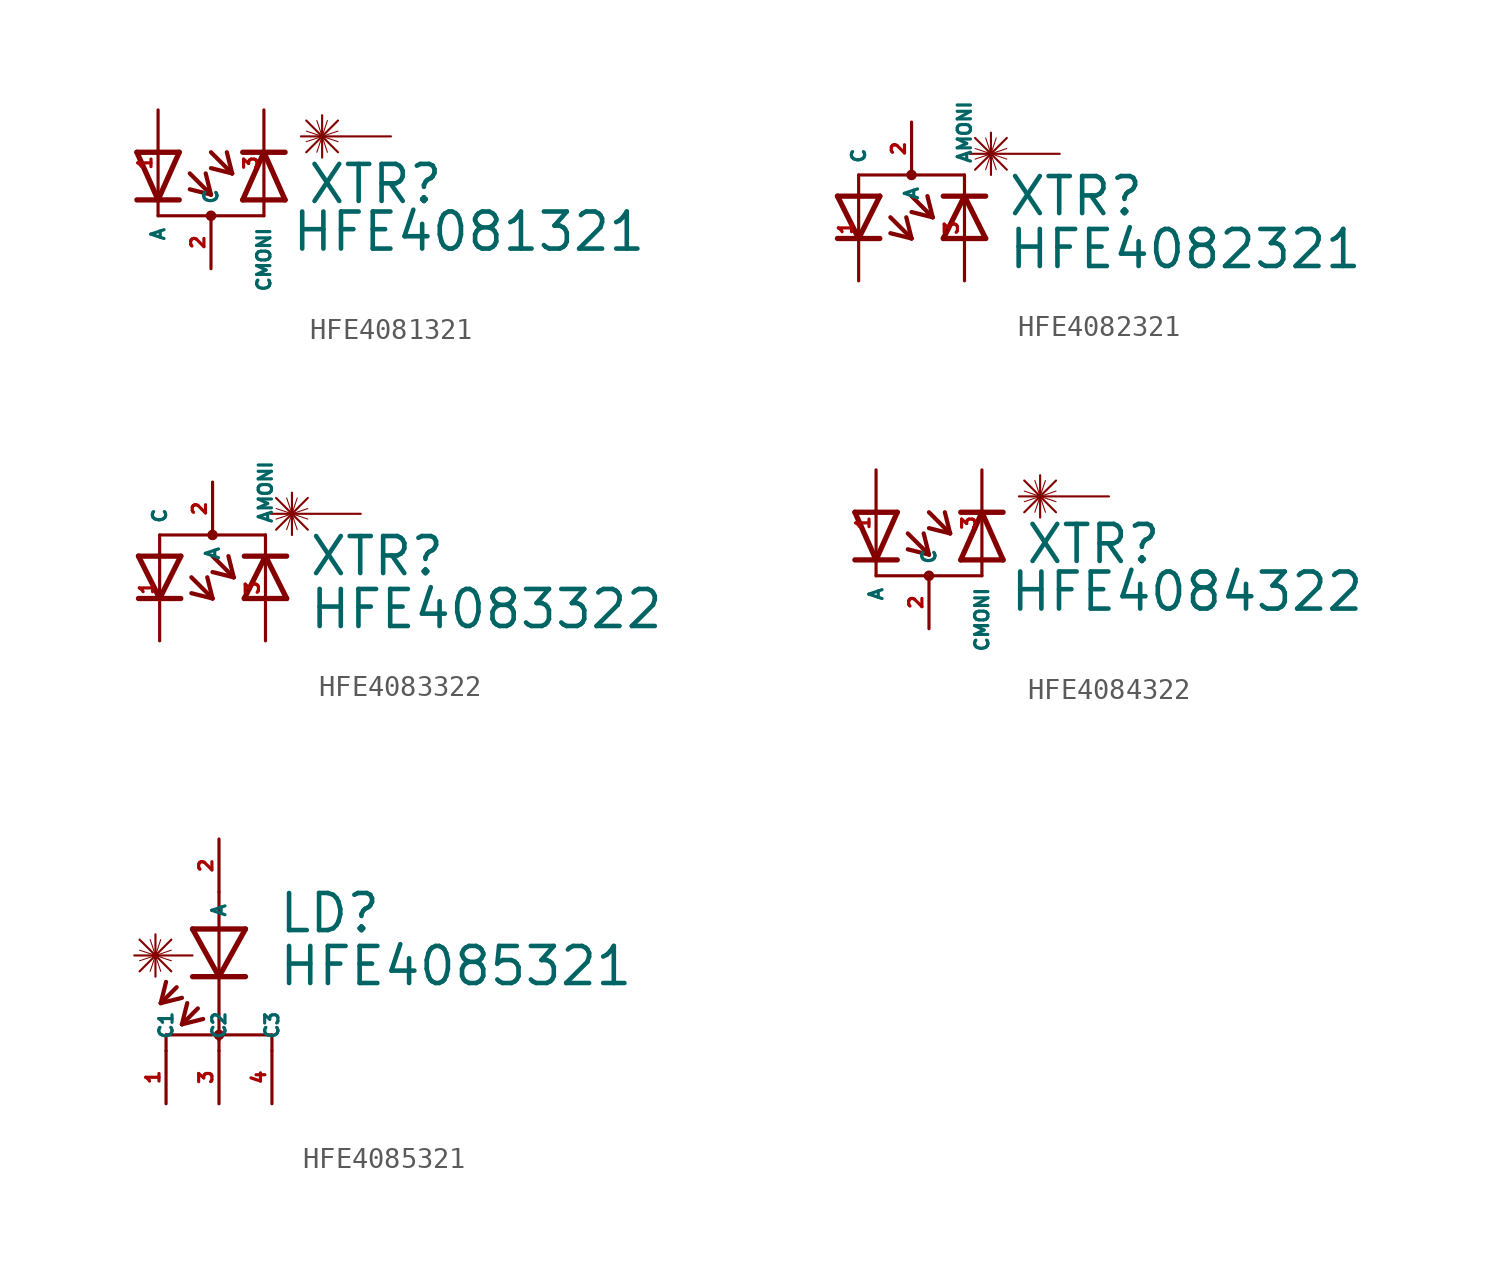
<source format=kicad_sym>
(kicad_symbol_lib
  (version 20220914)
  (generator Eagle2Kicad)
  (symbol "HFE4081321"
    (property "Reference" "XTR"
      (at 4.572 -2.057 0)
      (effects (font (size 1.778 1.778) (thickness 0.22)) (justify left bottom)))
    (property "Value" "HFE4081321"
      (at 3.81 -4.343 0)
      (effects (font (size 1.778 1.778) (thickness 0.22)) (justify left bottom)))
    (polyline
      (pts (xy -3.556 0.508) (xy -2.54 -1.778))
      (stroke (width 0.254) (type default))
      (fill (type none)))
    (polyline
      (pts (xy -2.54 -1.778) (xy -1.524 0.508))
      (stroke (width 0.254) (type default))
      (fill (type none)))
    (polyline
      (pts (xy -1.524 -1.778) (xy -2.54 -1.778))
      (stroke (width 0.254) (type default))
      (fill (type none)))
    (polyline
      (pts (xy -1.524 0.508) (xy -3.556 0.508))
      (stroke (width 0.254) (type default))
      (fill (type none)))
    (polyline
      (pts (xy -2.54 -1.778) (xy -3.556 -1.778))
      (stroke (width 0.254) (type default))
      (fill (type none)))
    (polyline
      (pts (xy 0 0.508) (xy 1.016 -0.508))
      (stroke (width 0.203) (type default))
      (fill (type none)))
    (polyline
      (pts (xy 1.016 -0.508) (xy 0 -0.254))
      (stroke (width 0.203) (type default))
      (fill (type none)))
    (polyline
      (pts (xy 1.016 -0.508) (xy 0.762 0.508))
      (stroke (width 0.203) (type default))
      (fill (type none)))
    (polyline
      (pts (xy -1.016 -0.508) (xy 0 -1.524))
      (stroke (width 0.203) (type default))
      (fill (type none)))
    (polyline
      (pts (xy 0 -1.524) (xy -1.016 -1.27))
      (stroke (width 0.203) (type default))
      (fill (type none)))
    (polyline
      (pts (xy 0 -1.524) (xy -0.254 -0.508))
      (stroke (width 0.203) (type default))
      (fill (type none)))
    (polyline
      (pts (xy 8.636 1.27) (xy 4.318 1.27))
      (stroke (width 0.102) (type default))
      (fill (type none)))
    (polyline
      (pts (xy 5.334 2.286) (xy 5.334 0.254))
      (stroke (width 0.102) (type default))
      (fill (type none)))
    (polyline
      (pts (xy 6.096 2.032) (xy 4.572 0.508))
      (stroke (width 0.102) (type default))
      (fill (type none)))
    (polyline
      (pts (xy 4.572 2.032) (xy 6.096 0.508))
      (stroke (width 0.102) (type default))
      (fill (type none)))
    (polyline
      (pts (xy 5.08 2.032) (xy 5.588 0.508))
      (stroke (width 0.051) (type default))
      (fill (type none)))
    (polyline
      (pts (xy 5.588 2.032) (xy 5.08 0.508))
      (stroke (width 0.051) (type default))
      (fill (type none)))
    (polyline
      (pts (xy 4.572 1.524) (xy 6.096 1.016))
      (stroke (width 0.051) (type default))
      (fill (type none)))
    (polyline
      (pts (xy 6.096 1.524) (xy 4.572 1.016))
      (stroke (width 0.051) (type default))
      (fill (type none)))
    (polyline
      (pts (xy 1.524 -1.778) (xy 3.556 -1.778))
      (stroke (width 0.254) (type default))
      (fill (type none)))
    (polyline
      (pts (xy 2.54 0.508) (xy 1.524 -1.778))
      (stroke (width 0.254) (type default))
      (fill (type none)))
    (polyline
      (pts (xy 3.556 -1.778) (xy 2.54 0.508))
      (stroke (width 0.254) (type default))
      (fill (type none)))
    (polyline
      (pts (xy 1.524 0.508) (xy 2.54 0.508))
      (stroke (width 0.254) (type default))
      (fill (type none)))
    (polyline
      (pts (xy 2.54 0.508) (xy 3.556 0.508))
      (stroke (width 0.254) (type default))
      (fill (type none)))
    (polyline
      (pts (xy 2.54 -2.54) (xy -2.54 -2.54))
      (stroke (width 0.152) (type default))
      (fill (type none)))
    (circle
      (center 0 -2.54)
      (radius 0.127)
      (stroke (width 0.254) (type default))
      (fill (type none)))
    (pin passive line
      (at -2.54 2.54 270)
      (length 5.08)
      (name "A" (effects (font (size 0.635 0.635) (thickness 0.08)) (justify left bottom)))
      (number "1" (effects (font (size 0.635 0.635) (thickness 0.08)) (justify left bottom))))
    (pin passive line
      (at 0 -5.08 90)
      (length 2.54)
      (name "C" (effects (font (size 0.635 0.635) (thickness 0.08)) (justify left bottom)))
      (number "2" (effects (font (size 0.635 0.635) (thickness 0.08)) (justify left bottom))))
    (pin passive line
      (at 2.54 2.54 270)
      (length 5.08)
      (name "CMONI" (effects (font (size 0.635 0.635) (thickness 0.08)) (justify left bottom)))
      (number "3" (effects (font (size 0.635 0.635) (thickness 0.08)) (justify left bottom)))))
  (symbol "HFE4082321"
    (property "Reference" "XTR"
      (at 4.572 0.483 0)
      (effects (font (size 1.778 1.778) (thickness 0.22)) (justify left bottom)))
    (property "Value" "HFE4082321"
      (at 4.572 -2.057 0)
      (effects (font (size 1.778 1.778) (thickness 0.22)) (justify left bottom)))
    (polyline
      (pts (xy -3.556 1.524) (xy -2.54 -0.508))
      (stroke (width 0.254) (type default))
      (fill (type none)))
    (polyline
      (pts (xy -2.54 -0.508) (xy -1.524 1.524))
      (stroke (width 0.254) (type default))
      (fill (type none)))
    (polyline
      (pts (xy -1.524 -0.508) (xy -2.54 -0.508))
      (stroke (width 0.254) (type default))
      (fill (type none)))
    (polyline
      (pts (xy -1.524 1.524) (xy -3.556 1.524))
      (stroke (width 0.254) (type default))
      (fill (type none)))
    (polyline
      (pts (xy -2.54 -0.508) (xy -3.556 -0.508))
      (stroke (width 0.254) (type default))
      (fill (type none)))
    (polyline
      (pts (xy 0 1.524) (xy 1.016 0.508))
      (stroke (width 0.203) (type default))
      (fill (type none)))
    (polyline
      (pts (xy 1.016 0.508) (xy 0 0.762))
      (stroke (width 0.203) (type default))
      (fill (type none)))
    (polyline
      (pts (xy 1.016 0.508) (xy 0.762 1.524))
      (stroke (width 0.203) (type default))
      (fill (type none)))
    (polyline
      (pts (xy -1.016 0.508) (xy 0 -0.508))
      (stroke (width 0.203) (type default))
      (fill (type none)))
    (polyline
      (pts (xy 0 -0.508) (xy -1.016 -0.254))
      (stroke (width 0.203) (type default))
      (fill (type none)))
    (polyline
      (pts (xy 0 -0.508) (xy -0.254 0.508))
      (stroke (width 0.203) (type default))
      (fill (type none)))
    (polyline
      (pts (xy 7.112 3.556) (xy 2.794 3.556))
      (stroke (width 0.102) (type default))
      (fill (type none)))
    (polyline
      (pts (xy 3.81 4.572) (xy 3.81 2.54))
      (stroke (width 0.102) (type default))
      (fill (type none)))
    (polyline
      (pts (xy 4.572 4.318) (xy 3.048 2.794))
      (stroke (width 0.102) (type default))
      (fill (type none)))
    (polyline
      (pts (xy 3.048 4.318) (xy 4.572 2.794))
      (stroke (width 0.102) (type default))
      (fill (type none)))
    (polyline
      (pts (xy 3.556 4.318) (xy 4.064 2.794))
      (stroke (width 0.051) (type default))
      (fill (type none)))
    (polyline
      (pts (xy 4.064 4.318) (xy 3.556 2.794))
      (stroke (width 0.051) (type default))
      (fill (type none)))
    (polyline
      (pts (xy 3.048 3.81) (xy 4.572 3.302))
      (stroke (width 0.051) (type default))
      (fill (type none)))
    (polyline
      (pts (xy 4.572 3.81) (xy 3.048 3.302))
      (stroke (width 0.051) (type default))
      (fill (type none)))
    (polyline
      (pts (xy 1.524 -0.508) (xy 3.556 -0.508))
      (stroke (width 0.254) (type default))
      (fill (type none)))
    (polyline
      (pts (xy 2.54 1.524) (xy 1.524 -0.508))
      (stroke (width 0.254) (type default))
      (fill (type none)))
    (polyline
      (pts (xy 3.556 -0.508) (xy 2.54 1.524))
      (stroke (width 0.254) (type default))
      (fill (type none)))
    (polyline
      (pts (xy 1.524 1.524) (xy 2.54 1.524))
      (stroke (width 0.254) (type default))
      (fill (type none)))
    (polyline
      (pts (xy 2.54 1.524) (xy 3.556 1.524))
      (stroke (width 0.254) (type default))
      (fill (type none)))
    (polyline
      (pts (xy 2.54 2.54) (xy -2.54 2.54))
      (stroke (width 0.152) (type default))
      (fill (type none)))
    (circle
      (center 0 2.54)
      (radius 0.127)
      (stroke (width 0.254) (type default))
      (fill (type none)))
    (pin passive line
      (at 0 5.08 270)
      (length 2.54)
      (name "A" (effects (font (size 0.635 0.635) (thickness 0.08)) (justify left bottom)))
      (number "2" (effects (font (size 0.635 0.635) (thickness 0.08)) (justify left bottom))))
    (pin passive line
      (at -2.54 -2.54 90)
      (length 5.08)
      (name "C" (effects (font (size 0.635 0.635) (thickness 0.08)) (justify left bottom)))
      (number "1" (effects (font (size 0.635 0.635) (thickness 0.08)) (justify left bottom))))
    (pin passive line
      (at 2.54 -2.54 90)
      (length 5.08)
      (name "AMONI" (effects (font (size 0.635 0.635) (thickness 0.08)) (justify left bottom)))
      (number "3" (effects (font (size 0.635 0.635) (thickness 0.08)) (justify left bottom)))))
  (symbol "HFE4083322"
    (property "Reference" "XTR"
      (at 4.572 0.483 0)
      (effects (font (size 1.778 1.778) (thickness 0.22)) (justify left bottom)))
    (property "Value" "HFE4083322"
      (at 4.572 -2.057 0)
      (effects (font (size 1.778 1.778) (thickness 0.22)) (justify left bottom)))
    (polyline
      (pts (xy -3.556 1.524) (xy -2.54 -0.508))
      (stroke (width 0.254) (type default))
      (fill (type none)))
    (polyline
      (pts (xy -2.54 -0.508) (xy -1.524 1.524))
      (stroke (width 0.254) (type default))
      (fill (type none)))
    (polyline
      (pts (xy -1.524 -0.508) (xy -2.54 -0.508))
      (stroke (width 0.254) (type default))
      (fill (type none)))
    (polyline
      (pts (xy -1.524 1.524) (xy -3.556 1.524))
      (stroke (width 0.254) (type default))
      (fill (type none)))
    (polyline
      (pts (xy -2.54 -0.508) (xy -3.556 -0.508))
      (stroke (width 0.254) (type default))
      (fill (type none)))
    (polyline
      (pts (xy 0 1.524) (xy 1.016 0.508))
      (stroke (width 0.203) (type default))
      (fill (type none)))
    (polyline
      (pts (xy 1.016 0.508) (xy 0 0.762))
      (stroke (width 0.203) (type default))
      (fill (type none)))
    (polyline
      (pts (xy 1.016 0.508) (xy 0.762 1.524))
      (stroke (width 0.203) (type default))
      (fill (type none)))
    (polyline
      (pts (xy -1.016 0.508) (xy 0 -0.508))
      (stroke (width 0.203) (type default))
      (fill (type none)))
    (polyline
      (pts (xy 0 -0.508) (xy -1.016 -0.254))
      (stroke (width 0.203) (type default))
      (fill (type none)))
    (polyline
      (pts (xy 0 -0.508) (xy -0.254 0.508))
      (stroke (width 0.203) (type default))
      (fill (type none)))
    (polyline
      (pts (xy 7.112 3.556) (xy 2.794 3.556))
      (stroke (width 0.102) (type default))
      (fill (type none)))
    (polyline
      (pts (xy 3.81 4.572) (xy 3.81 2.54))
      (stroke (width 0.102) (type default))
      (fill (type none)))
    (polyline
      (pts (xy 4.572 4.318) (xy 3.048 2.794))
      (stroke (width 0.102) (type default))
      (fill (type none)))
    (polyline
      (pts (xy 3.048 4.318) (xy 4.572 2.794))
      (stroke (width 0.102) (type default))
      (fill (type none)))
    (polyline
      (pts (xy 3.556 4.318) (xy 4.064 2.794))
      (stroke (width 0.051) (type default))
      (fill (type none)))
    (polyline
      (pts (xy 4.064 4.318) (xy 3.556 2.794))
      (stroke (width 0.051) (type default))
      (fill (type none)))
    (polyline
      (pts (xy 3.048 3.81) (xy 4.572 3.302))
      (stroke (width 0.051) (type default))
      (fill (type none)))
    (polyline
      (pts (xy 4.572 3.81) (xy 3.048 3.302))
      (stroke (width 0.051) (type default))
      (fill (type none)))
    (polyline
      (pts (xy 1.524 -0.508) (xy 3.556 -0.508))
      (stroke (width 0.254) (type default))
      (fill (type none)))
    (polyline
      (pts (xy 2.54 1.524) (xy 1.524 -0.508))
      (stroke (width 0.254) (type default))
      (fill (type none)))
    (polyline
      (pts (xy 3.556 -0.508) (xy 2.54 1.524))
      (stroke (width 0.254) (type default))
      (fill (type none)))
    (polyline
      (pts (xy 1.524 1.524) (xy 2.54 1.524))
      (stroke (width 0.254) (type default))
      (fill (type none)))
    (polyline
      (pts (xy 2.54 1.524) (xy 3.556 1.524))
      (stroke (width 0.254) (type default))
      (fill (type none)))
    (polyline
      (pts (xy 2.54 2.54) (xy -2.54 2.54))
      (stroke (width 0.152) (type default))
      (fill (type none)))
    (circle
      (center 0 2.54)
      (radius 0.127)
      (stroke (width 0.254) (type default))
      (fill (type none)))
    (pin passive line
      (at 0 5.08 270)
      (length 2.54)
      (name "A" (effects (font (size 0.635 0.635) (thickness 0.08)) (justify left bottom)))
      (number "2" (effects (font (size 0.635 0.635) (thickness 0.08)) (justify left bottom))))
    (pin passive line
      (at -2.54 -2.54 90)
      (length 5.08)
      (name "C" (effects (font (size 0.635 0.635) (thickness 0.08)) (justify left bottom)))
      (number "1" (effects (font (size 0.635 0.635) (thickness 0.08)) (justify left bottom))))
    (pin passive line
      (at 2.54 -2.54 90)
      (length 5.08)
      (name "AMONI" (effects (font (size 0.635 0.635) (thickness 0.08)) (justify left bottom)))
      (number "3" (effects (font (size 0.635 0.635) (thickness 0.08)) (justify left bottom)))))
  (symbol "HFE4084322"
    (property "Reference" "XTR"
      (at 4.572 -2.057 0)
      (effects (font (size 1.778 1.778) (thickness 0.22)) (justify left bottom)))
    (property "Value" "HFE4084322"
      (at 3.81 -4.343 0)
      (effects (font (size 1.778 1.778) (thickness 0.22)) (justify left bottom)))
    (polyline
      (pts (xy -3.556 0.508) (xy -2.54 -1.778))
      (stroke (width 0.254) (type default))
      (fill (type none)))
    (polyline
      (pts (xy -2.54 -1.778) (xy -1.524 0.508))
      (stroke (width 0.254) (type default))
      (fill (type none)))
    (polyline
      (pts (xy -1.524 -1.778) (xy -2.54 -1.778))
      (stroke (width 0.254) (type default))
      (fill (type none)))
    (polyline
      (pts (xy -1.524 0.508) (xy -3.556 0.508))
      (stroke (width 0.254) (type default))
      (fill (type none)))
    (polyline
      (pts (xy -2.54 -1.778) (xy -3.556 -1.778))
      (stroke (width 0.254) (type default))
      (fill (type none)))
    (polyline
      (pts (xy 0 0.508) (xy 1.016 -0.508))
      (stroke (width 0.203) (type default))
      (fill (type none)))
    (polyline
      (pts (xy 1.016 -0.508) (xy 0 -0.254))
      (stroke (width 0.203) (type default))
      (fill (type none)))
    (polyline
      (pts (xy 1.016 -0.508) (xy 0.762 0.508))
      (stroke (width 0.203) (type default))
      (fill (type none)))
    (polyline
      (pts (xy -1.016 -0.508) (xy 0 -1.524))
      (stroke (width 0.203) (type default))
      (fill (type none)))
    (polyline
      (pts (xy 0 -1.524) (xy -1.016 -1.27))
      (stroke (width 0.203) (type default))
      (fill (type none)))
    (polyline
      (pts (xy 0 -1.524) (xy -0.254 -0.508))
      (stroke (width 0.203) (type default))
      (fill (type none)))
    (polyline
      (pts (xy 8.636 1.27) (xy 4.318 1.27))
      (stroke (width 0.102) (type default))
      (fill (type none)))
    (polyline
      (pts (xy 5.334 2.286) (xy 5.334 0.254))
      (stroke (width 0.102) (type default))
      (fill (type none)))
    (polyline
      (pts (xy 6.096 2.032) (xy 4.572 0.508))
      (stroke (width 0.102) (type default))
      (fill (type none)))
    (polyline
      (pts (xy 4.572 2.032) (xy 6.096 0.508))
      (stroke (width 0.102) (type default))
      (fill (type none)))
    (polyline
      (pts (xy 5.08 2.032) (xy 5.588 0.508))
      (stroke (width 0.051) (type default))
      (fill (type none)))
    (polyline
      (pts (xy 5.588 2.032) (xy 5.08 0.508))
      (stroke (width 0.051) (type default))
      (fill (type none)))
    (polyline
      (pts (xy 4.572 1.524) (xy 6.096 1.016))
      (stroke (width 0.051) (type default))
      (fill (type none)))
    (polyline
      (pts (xy 6.096 1.524) (xy 4.572 1.016))
      (stroke (width 0.051) (type default))
      (fill (type none)))
    (polyline
      (pts (xy 1.524 -1.778) (xy 3.556 -1.778))
      (stroke (width 0.254) (type default))
      (fill (type none)))
    (polyline
      (pts (xy 2.54 0.508) (xy 1.524 -1.778))
      (stroke (width 0.254) (type default))
      (fill (type none)))
    (polyline
      (pts (xy 3.556 -1.778) (xy 2.54 0.508))
      (stroke (width 0.254) (type default))
      (fill (type none)))
    (polyline
      (pts (xy 1.524 0.508) (xy 2.54 0.508))
      (stroke (width 0.254) (type default))
      (fill (type none)))
    (polyline
      (pts (xy 2.54 0.508) (xy 3.556 0.508))
      (stroke (width 0.254) (type default))
      (fill (type none)))
    (polyline
      (pts (xy 2.54 -2.54) (xy -2.54 -2.54))
      (stroke (width 0.152) (type default))
      (fill (type none)))
    (circle
      (center 0 -2.54)
      (radius 0.127)
      (stroke (width 0.254) (type default))
      (fill (type none)))
    (pin passive line
      (at -2.54 2.54 270)
      (length 5.08)
      (name "A" (effects (font (size 0.635 0.635) (thickness 0.08)) (justify left bottom)))
      (number "1" (effects (font (size 0.635 0.635) (thickness 0.08)) (justify left bottom))))
    (pin passive line
      (at 0 -5.08 90)
      (length 2.54)
      (name "C" (effects (font (size 0.635 0.635) (thickness 0.08)) (justify left bottom)))
      (number "2" (effects (font (size 0.635 0.635) (thickness 0.08)) (justify left bottom))))
    (pin passive line
      (at 2.54 2.54 270)
      (length 5.08)
      (name "CMONI" (effects (font (size 0.635 0.635) (thickness 0.08)) (justify left bottom)))
      (number "3" (effects (font (size 0.635 0.635) (thickness 0.08)) (justify left bottom)))))
  (symbol "HFE4085321"
    (property "Reference" "LD"
      (at 2.794 0.483 0)
      (effects (font (size 1.778 1.778) (thickness 0.22)) (justify left bottom)))
    (property "Value" "HFE4085321"
      (at 2.794 -2.057 0)
      (effects (font (size 1.778 1.778) (thickness 0.22)) (justify left bottom)))
    (polyline
      (pts (xy -1.27 0.762) (xy 0 -1.524))
      (stroke (width 0.254) (type default))
      (fill (type none)))
    (polyline
      (pts (xy 0 -1.524) (xy 1.27 0.762))
      (stroke (width 0.254) (type default))
      (fill (type none)))
    (polyline
      (pts (xy 1.27 -1.524) (xy 0 -1.524))
      (stroke (width 0.254) (type default))
      (fill (type none)))
    (polyline
      (pts (xy 1.27 0.762) (xy -1.27 0.762))
      (stroke (width 0.254) (type default))
      (fill (type none)))
    (polyline
      (pts (xy 0 -1.524) (xy -1.27 -1.524))
      (stroke (width 0.254) (type default))
      (fill (type none)))
    (polyline
      (pts (xy -2.032 -2.032) (xy -2.794 -2.794))
      (stroke (width 0.203) (type default))
      (fill (type none)))
    (polyline
      (pts (xy -2.794 -2.794) (xy -1.778 -2.54))
      (stroke (width 0.203) (type default))
      (fill (type none)))
    (polyline
      (pts (xy -2.794 -2.794) (xy -2.54 -1.778))
      (stroke (width 0.203) (type default))
      (fill (type none)))
    (polyline
      (pts (xy -1.016 -3.048) (xy -1.778 -3.81))
      (stroke (width 0.203) (type default))
      (fill (type none)))
    (polyline
      (pts (xy -1.778 -3.81) (xy -0.762 -3.556))
      (stroke (width 0.203) (type default))
      (fill (type none)))
    (polyline
      (pts (xy -1.778 -3.81) (xy -1.524 -2.794))
      (stroke (width 0.203) (type default))
      (fill (type none)))
    (polyline
      (pts (xy -1.27 -0.508) (xy -4.064 -0.508))
      (stroke (width 0.102) (type default))
      (fill (type none)))
    (polyline
      (pts (xy -3.048 0.508) (xy -3.048 -1.524))
      (stroke (width 0.102) (type default))
      (fill (type none)))
    (polyline
      (pts (xy -2.286 0.254) (xy -3.81 -1.27))
      (stroke (width 0.102) (type default))
      (fill (type none)))
    (polyline
      (pts (xy -3.81 0.254) (xy -2.286 -1.27))
      (stroke (width 0.102) (type default))
      (fill (type none)))
    (polyline
      (pts (xy -3.302 0.254) (xy -2.794 -1.27))
      (stroke (width 0.051) (type default))
      (fill (type none)))
    (polyline
      (pts (xy -2.794 0.254) (xy -3.302 -1.27))
      (stroke (width 0.051) (type default))
      (fill (type none)))
    (polyline
      (pts (xy -3.81 -0.254) (xy -2.286 -0.762))
      (stroke (width 0.051) (type default))
      (fill (type none)))
    (polyline
      (pts (xy -2.286 -0.254) (xy -3.81 -0.762))
      (stroke (width 0.051) (type default))
      (fill (type none)))
    (polyline
      (pts (xy -2.54 -4.318) (xy 0 -4.318))
      (stroke (width 0.152) (type default))
      (fill (type none)))
    (polyline
      (pts (xy 0 -4.318) (xy 2.54 -4.318))
      (stroke (width 0.152) (type default))
      (fill (type none)))
    (polyline
      (pts (xy 0 2.54) (xy 0 -4.318))
      (stroke (width 0.152) (type default))
      (fill (type none)))
    (polyline
      (pts (xy 0 -4.318) (xy 0 -4.572))
      (stroke (width 0.152) (type default))
      (fill (type none)))
    (polyline
      (pts (xy -2.54 -4.318) (xy -2.54 -5.08))
      (stroke (width 0.152) (type default))
      (fill (type none)))
    (polyline
      (pts (xy 0 -4.318) (xy 0 -5.08))
      (stroke (width 0.152) (type default))
      (fill (type none)))
    (polyline
      (pts (xy 2.54 -4.318) (xy 2.54 -5.08))
      (stroke (width 0.152) (type default))
      (fill (type none)))
    (circle
      (center 0 -4.318)
      (radius 0.127)
      (stroke (width 0.254) (type default))
      (fill (type none)))
    (pin passive line
      (at 0 5.08 270)
      (length 2.54)
      (name "A" (effects (font (size 0.635 0.635) (thickness 0.08)) (justify left bottom)))
      (number "2" (effects (font (size 0.635 0.635) (thickness 0.08)) (justify left bottom))))
    (pin passive line
      (at 0 -7.62 90)
      (length 2.54)
      (name "C2" (effects (font (size 0.635 0.635) (thickness 0.08)) (justify left bottom)))
      (number "3" (effects (font (size 0.635 0.635) (thickness 0.08)) (justify left bottom))))
    (pin passive line
      (at -2.54 -7.62 90)
      (length 2.54)
      (name "C1" (effects (font (size 0.635 0.635) (thickness 0.08)) (justify left bottom)))
      (number "1" (effects (font (size 0.635 0.635) (thickness 0.08)) (justify left bottom))))
    (pin passive line
      (at 2.54 -7.62 90)
      (length 2.54)
      (name "C3" (effects (font (size 0.635 0.635) (thickness 0.08)) (justify left bottom)))
      (number "4" (effects (font (size 0.635 0.635) (thickness 0.08)) (justify left bottom))))))
</source>
